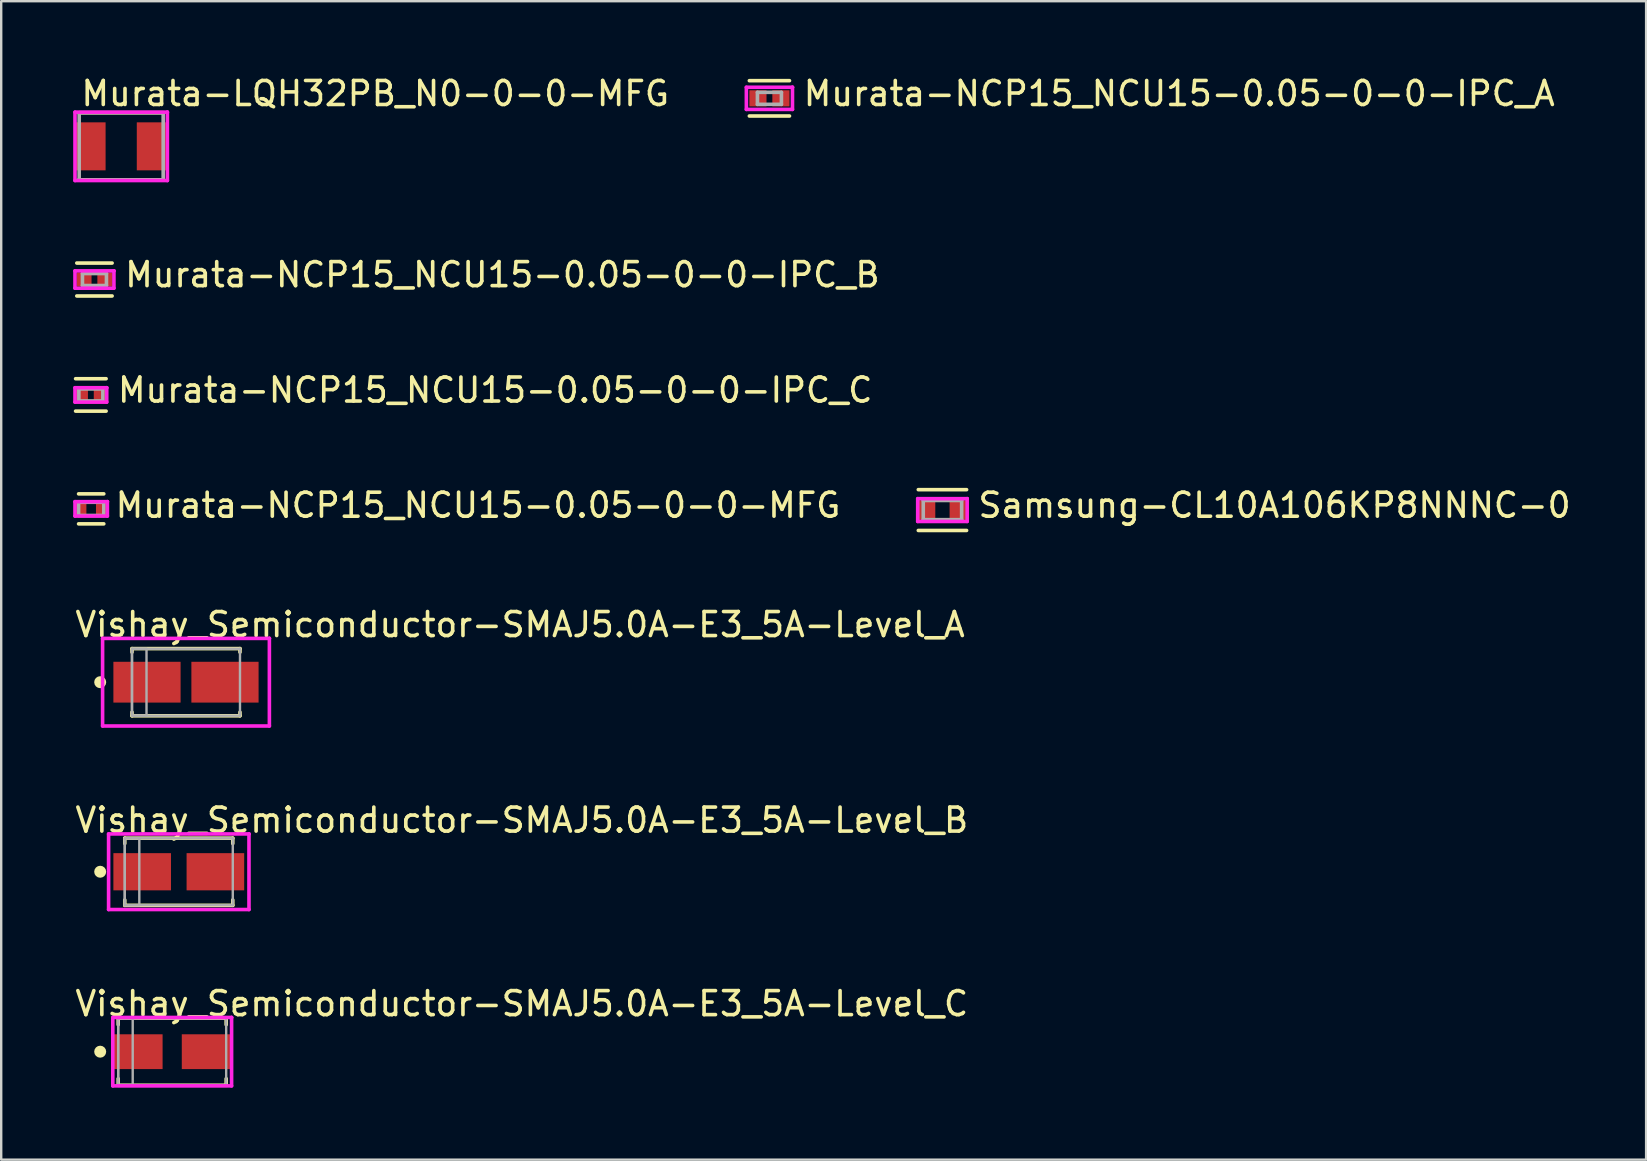
<source format=kicad_pcb>
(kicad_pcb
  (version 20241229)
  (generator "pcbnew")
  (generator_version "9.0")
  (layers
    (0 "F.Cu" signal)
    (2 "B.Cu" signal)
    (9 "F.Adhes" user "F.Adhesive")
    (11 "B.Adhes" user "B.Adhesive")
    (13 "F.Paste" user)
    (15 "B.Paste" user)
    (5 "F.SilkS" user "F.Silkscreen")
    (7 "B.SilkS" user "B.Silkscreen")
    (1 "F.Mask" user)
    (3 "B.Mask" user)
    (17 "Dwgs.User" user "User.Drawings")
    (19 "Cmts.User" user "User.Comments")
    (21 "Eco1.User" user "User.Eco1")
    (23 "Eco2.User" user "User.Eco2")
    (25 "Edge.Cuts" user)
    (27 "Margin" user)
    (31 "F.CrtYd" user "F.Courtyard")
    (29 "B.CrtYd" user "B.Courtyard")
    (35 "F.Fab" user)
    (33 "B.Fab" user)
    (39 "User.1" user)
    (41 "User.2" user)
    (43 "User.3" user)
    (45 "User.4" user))
  (footprint "Samsung-CL10A106KP8NNNC-0"
    (layer "F.Cu")
    (at 36.222 18.204)
    (property "Reference" "Samsung-CL10A106KP8NNNC-0" (at 1.406 -0.2 0) (layer "F.SilkS") (effects (font (size 1 1) (thickness 0.15)) (justify left)))
    (attr through_hole)
    (fp_line (start -1.006 -0.85) (end 1.006 -0.85) (stroke (width 0.15) (type solid)) (layer "F.SilkS"))
    (fp_line (start -1.006 0.85) (end 1.006 0.85) (stroke (width 0.15) (type solid)) (layer "F.SilkS"))
    (fp_line (start -1.031 -0.475) (end -1.031 0.475) (stroke (width 0.15) (type solid)) (layer "F.CrtYd"))
    (fp_line (start -1.031 0.475) (end 1.031 0.475) (stroke (width 0.15) (type solid)) (layer "F.CrtYd"))
    (fp_line (start 1.031 -0.475) (end -1.031 -0.475) (stroke (width 0.15) (type solid)) (layer "F.CrtYd"))
    (fp_line (start 1.031 -0.475) (end 1.031 -0.475) (stroke (width 0.15) (type solid)) (layer "F.CrtYd"))
    (fp_line (start 1.031 0.475) (end 1.031 -0.475) (stroke (width 0.15) (type solid)) (layer "F.CrtYd"))
    (fp_line (start -0.8 -0.4) (end 0.8 -0.4) (stroke (width 0.15) (type solid)) (layer "F.Fab"))
    (fp_line (start -0.8 0.4) (end -0.8 -0.4) (stroke (width 0.15) (type solid)) (layer "F.Fab"))
    (fp_line (start 0.8 -0.4) (end 0.8 0.4) (stroke (width 0.15) (type solid)) (layer "F.Fab"))
    (fp_line (start 0.8 0.4) (end -0.8 0.4) (stroke (width 0.15) (type solid)) (layer "F.Fab"))
    (pad "1" smd rect (at -0.652 0) (size 0.708 0.812) (layers "F.Cu" "F.Mask" "F.Paste"))
    (pad "2" smd rect (at 0.652 0) (size 0.708 0.812) (layers "F.Cu" "F.Mask" "F.Paste")))
  (footprint "Vishay_Semiconductor-SMAJ5.0A-E3_5A-Level_A"
    (layer "F.Cu")
    (at 4.7 25.377)
    (property "Reference" "Vishay_Semiconductor-SMAJ5.0A-E3_5A-Level_A" (at -4.7 -2.4 0) (layer "F.SilkS") (effects (font (size 1 1) (thickness 0.15)) (justify left)))
    (attr through_hole)
    (fp_line (start -2.25 -1.4) (end 2.25 -1.4) (stroke (width 0.15) (type solid)) (layer "F.SilkS"))
    (fp_line (start -2.25 -1.25) (end -2.25 -1.4) (stroke (width 0.15) (type solid)) (layer "F.SilkS"))
    (fp_line (start -2.25 1.4) (end -2.25 1.25) (stroke (width 0.15) (type solid)) (layer "F.SilkS"))
    (fp_line (start -2.25 1.4) (end 2.25 1.4) (stroke (width 0.15) (type solid)) (layer "F.SilkS"))
    (fp_line (start 2.25 -1.25) (end 2.25 -1.4) (stroke (width 0.15) (type solid)) (layer "F.SilkS"))
    (fp_line (start 2.25 1.4) (end 2.25 1.25) (stroke (width 0.15) (type solid)) (layer "F.SilkS"))
    (fp_circle (center -3.575 0) (end -3.45 0) (stroke (width 0.25) (type solid)) (fill no) (layer "F.SilkS"))
    (fp_line (start -3.475 -1.825) (end -3.475 1.825) (stroke (width 0.15) (type solid)) (layer "F.CrtYd"))
    (fp_line (start -3.475 1.825) (end 3.475 1.825) (stroke (width 0.15) (type solid)) (layer "F.CrtYd"))
    (fp_line (start 3.475 -1.825) (end -3.475 -1.825) (stroke (width 0.15) (type solid)) (layer "F.CrtYd"))
    (fp_line (start 3.475 -1.825) (end 3.475 -1.825) (stroke (width 0.15) (type solid)) (layer "F.CrtYd"))
    (fp_line (start 3.475 1.825) (end 3.475 -1.825) (stroke (width 0.15) (type solid)) (layer "F.CrtYd"))
    (fp_line (start -2.25 -1.395) (end 2.25 -1.395) (stroke (width 0.1) (type solid)) (layer "F.Fab"))
    (fp_line (start -2.25 1.395) (end -2.25 -1.395) (stroke (width 0.1) (type solid)) (layer "F.Fab"))
    (fp_line (start -2.25 1.395) (end 2.25 1.395) (stroke (width 0.1) (type solid)) (layer "F.Fab"))
    (fp_line (start 2.25 1.395) (end 2.25 -1.395) (stroke (width 0.1) (type solid)) (layer "F.Fab"))
    (fp_poly (pts (xy -2.25 -1.395) (xy -1.645 -1.395) (xy -1.645 1.395) (xy -2.25 1.395)) (stroke (width 0.1) (type solid)) (fill no) (layer "F.Fab"))
    (pad "1" smd rect (at -1.625 -0.000001 90) (size 1.7 2.8) (layers "F.Cu" "F.Mask" "F.Paste"))
    (pad "2" smd rect (at 1.625 -0.000001 90) (size 1.7 2.8) (layers "F.Cu" "F.Mask" "F.Paste")))
  (footprint "Murata-LQH32PB_N0-0-0-MFG"
    (layer "F.Cu")
    (at 2 3.048)
    (property "Reference" "Murata-LQH32PB_N0-0-0-MFG" (at -1.75 -2.2 0) (layer "F.SilkS") (effects (font (size 1 1) (thickness 0.15)) (justify left)))
    (attr through_hole)
    (fp_line (start -1.75 -1.4) (end 1.75 -1.4) (stroke (width 0.15) (type solid)) (layer "F.SilkS"))
    (fp_line (start -1.75 -1.375) (end -1.75 -1.4) (stroke (width 0.15) (type solid)) (layer "F.SilkS"))
    (fp_line (start -1.75 1.4) (end -1.75 1.375) (stroke (width 0.15) (type solid)) (layer "F.SilkS"))
    (fp_line (start -1.75 1.4) (end 1.75 1.4) (stroke (width 0.15) (type solid)) (layer "F.SilkS"))
    (fp_line (start 1.75 -1.375) (end 1.75 -1.4) (stroke (width 0.15) (type solid)) (layer "F.SilkS"))
    (fp_line (start 1.75 1.4) (end 1.75 1.375) (stroke (width 0.15) (type solid)) (layer "F.SilkS"))
    (fp_line (start -1.925 -1.425) (end -1.925 1.425) (stroke (width 0.15) (type solid)) (layer "F.CrtYd"))
    (fp_line (start -1.925 1.425) (end 1.925 1.425) (stroke (width 0.15) (type solid)) (layer "F.CrtYd"))
    (fp_line (start 1.925 -1.425) (end -1.925 -1.425) (stroke (width 0.15) (type solid)) (layer "F.CrtYd"))
    (fp_line (start 1.925 -1.425) (end 1.925 -1.425) (stroke (width 0.15) (type solid)) (layer "F.CrtYd"))
    (fp_line (start 1.925 1.425) (end 1.925 -1.425) (stroke (width 0.15) (type solid)) (layer "F.CrtYd"))
    (fp_line (start -1.75 -1.4) (end 1.75 -1.4) (stroke (width 0.15) (type solid)) (layer "F.Fab"))
    (fp_line (start -1.75 1.4) (end -1.75 -1.4) (stroke (width 0.15) (type solid)) (layer "F.Fab"))
    (fp_line (start 1.75 -1.4) (end 1.75 1.4) (stroke (width 0.15) (type solid)) (layer "F.Fab"))
    (fp_line (start 1.75 1.4) (end -1.75 1.4) (stroke (width 0.15) (type solid)) (layer "F.Fab"))
    (pad "1" smd rect (at -1.275 0) (size 1.25 2) (layers "F.Cu" "F.Mask" "F.Paste"))
    (pad "2" smd rect (at 1.275 0) (size 1.25 2) (layers "F.Cu" "F.Mask" "F.Paste")))
  (footprint "Murata-NCP15_NCU15-0.05-0-0-MFG"
    (layer "F.Cu")
    (at 0.75 18.154)
    (property "Reference" "Murata-NCP15_NCU15-0.05-0-0-MFG" (at 0.925 -0.15 0) (layer "F.SilkS") (effects (font (size 1 1) (thickness 0.15)) (justify left)))
    (attr through_hole)
    (fp_line (start -0.525 -0.625) (end 0.525 -0.625) (stroke (width 0.15) (type solid)) (layer "F.SilkS"))
    (fp_line (start -0.525 0.625) (end 0.525 0.625) (stroke (width 0.15) (type solid)) (layer "F.SilkS"))
    (fp_line (start -0.675 -0.3) (end -0.675 0.3) (stroke (width 0.15) (type solid)) (layer "F.CrtYd"))
    (fp_line (start -0.675 0.3) (end 0.675 0.3) (stroke (width 0.15) (type solid)) (layer "F.CrtYd"))
    (fp_line (start 0.675 -0.3) (end -0.675 -0.3) (stroke (width 0.15) (type solid)) (layer "F.CrtYd"))
    (fp_line (start 0.675 -0.3) (end 0.675 -0.3) (stroke (width 0.15) (type solid)) (layer "F.CrtYd"))
    (fp_line (start 0.675 0.3) (end 0.675 -0.3) (stroke (width 0.15) (type solid)) (layer "F.CrtYd"))
    (fp_line (start -0.525 -0.275) (end 0.525 -0.275) (stroke (width 0.15) (type solid)) (layer "F.Fab"))
    (fp_line (start -0.525 0.275) (end -0.525 -0.275) (stroke (width 0.15) (type solid)) (layer "F.Fab"))
    (fp_line (start 0.525 -0.275) (end 0.525 0.275) (stroke (width 0.15) (type solid)) (layer "F.Fab"))
    (fp_line (start 0.525 0.275) (end -0.525 0.275) (stroke (width 0.15) (type solid)) (layer "F.Fab"))
    (pad "1" smd rect (at -0.425 0) (size 0.45 0.5) (layers "F.Cu" "F.Mask" "F.Paste"))
    (pad "2" smd rect (at 0.425 0) (size 0.45 0.5) (layers "F.Cu" "F.Mask" "F.Paste")))
  (footprint "Murata-NCP15_NCU15-0.05-0-0-IPC_C"
    (layer "F.Cu")
    (at 0.736 13.406)
    (property "Reference" "Murata-NCP15_NCU15-0.05-0-0-IPC_C" (at 1.036 -0.2 0) (layer "F.SilkS") (effects (font (size 1 1) (thickness 0.15)) (justify left)))
    (attr through_hole)
    (fp_line (start -0.636 -0.675) (end 0.636 -0.675) (stroke (width 0.15) (type solid)) (layer "F.SilkS"))
    (fp_line (start -0.636 0.675) (end 0.636 0.675) (stroke (width 0.15) (type solid)) (layer "F.SilkS"))
    (fp_line (start -0.661 -0.3) (end -0.661 0.3) (stroke (width 0.15) (type solid)) (layer "F.CrtYd"))
    (fp_line (start -0.661 0.3) (end 0.661 0.3) (stroke (width 0.15) (type solid)) (layer "F.CrtYd"))
    (fp_line (start 0.661 -0.3) (end -0.661 -0.3) (stroke (width 0.15) (type solid)) (layer "F.CrtYd"))
    (fp_line (start 0.661 -0.3) (end 0.661 -0.3) (stroke (width 0.15) (type solid)) (layer "F.CrtYd"))
    (fp_line (start 0.661 0.3) (end 0.661 -0.3) (stroke (width 0.15) (type solid)) (layer "F.CrtYd"))
    (fp_line (start -0.5 -0.25) (end 0.5 -0.25) (stroke (width 0.15) (type solid)) (layer "F.Fab"))
    (fp_line (start -0.5 0.25) (end -0.5 -0.25) (stroke (width 0.15) (type solid)) (layer "F.Fab"))
    (fp_line (start 0.5 -0.25) (end 0.5 0.25) (stroke (width 0.15) (type solid)) (layer "F.Fab"))
    (fp_line (start 0.5 0.25) (end -0.5 0.25) (stroke (width 0.15) (type solid)) (layer "F.Fab"))
    (pad "1" smd rect (at -0.379 0) (size 0.515 0.472) (layers "F.Cu" "F.Mask" "F.Paste"))
    (pad "2" smd rect (at 0.379 0) (size 0.515 0.472) (layers "F.Cu" "F.Mask" "F.Paste")))
  (footprint "Vishay_Semiconductor-SMAJ5.0A-E3_5A-Level_B"
    (layer "F.Cu")
    (at 4.4 33.276)
    (property "Reference" "Vishay_Semiconductor-SMAJ5.0A-E3_5A-Level_B" (at -4.4 -2.15 0) (layer "F.SilkS") (effects (font (size 1 1) (thickness 0.15)) (justify left)))
    (attr through_hole)
    (fp_line (start -2.25 -1.4) (end 2.25 -1.4) (stroke (width 0.15) (type solid)) (layer "F.SilkS"))
    (fp_line (start -2.25 -1.175) (end -2.25 -1.4) (stroke (width 0.15) (type solid)) (layer "F.SilkS"))
    (fp_line (start -2.25 1.4) (end -2.25 1.175) (stroke (width 0.15) (type solid)) (layer "F.SilkS"))
    (fp_line (start -2.25 1.4) (end 2.25 1.4) (stroke (width 0.15) (type solid)) (layer "F.SilkS"))
    (fp_line (start 2.25 -1.175) (end 2.25 -1.4) (stroke (width 0.15) (type solid)) (layer "F.SilkS"))
    (fp_line (start 2.25 1.4) (end 2.25 1.175) (stroke (width 0.15) (type solid)) (layer "F.SilkS"))
    (fp_circle (center -3.275 0) (end -3.15 0) (stroke (width 0.25) (type solid)) (fill no) (layer "F.SilkS"))
    (fp_line (start -2.925 -1.575) (end -2.925 1.575) (stroke (width 0.15) (type solid)) (layer "F.CrtYd"))
    (fp_line (start -2.925 1.575) (end 2.925 1.575) (stroke (width 0.15) (type solid)) (layer "F.CrtYd"))
    (fp_line (start 2.925 -1.575) (end -2.925 -1.575) (stroke (width 0.15) (type solid)) (layer "F.CrtYd"))
    (fp_line (start 2.925 -1.575) (end 2.925 -1.575) (stroke (width 0.15) (type solid)) (layer "F.CrtYd"))
    (fp_line (start 2.925 1.575) (end 2.925 -1.575) (stroke (width 0.15) (type solid)) (layer "F.CrtYd"))
    (fp_line (start -2.25 -1.395) (end 2.25 -1.395) (stroke (width 0.1) (type solid)) (layer "F.Fab"))
    (fp_line (start -2.25 1.395) (end -2.25 -1.395) (stroke (width 0.1) (type solid)) (layer "F.Fab"))
    (fp_line (start -2.25 1.395) (end 2.25 1.395) (stroke (width 0.1) (type solid)) (layer "F.Fab"))
    (fp_line (start 2.25 1.395) (end 2.25 -1.395) (stroke (width 0.1) (type solid)) (layer "F.Fab"))
    (fp_poly (pts (xy -2.25 -1.395) (xy -1.645 -1.395) (xy -1.645 1.395) (xy -2.25 1.395)) (stroke (width 0.1) (type solid)) (fill no) (layer "F.Fab"))
    (pad "1" smd rect (at -1.525 -0.000001 90) (size 1.55 2.4) (layers "F.Cu" "F.Mask" "F.Paste"))
    (pad "2" smd rect (at 1.525 -0.000001 90) (size 1.55 2.4) (layers "F.Cu" "F.Mask" "F.Paste")))
  (footprint "Murata-NCP15_NCU15-0.05-0-0-IPC_B"
    (layer "F.Cu")
    (at 0.886 8.597)
    (property "Reference" "Murata-NCP15_NCU15-0.05-0-0-IPC_B" (at 1.186 -0.2 0) (layer "F.SilkS") (effects (font (size 1 1) (thickness 0.15)) (justify left)))
    (attr through_hole)
    (fp_line (start -0.736 -0.686) (end 0.736 -0.686) (stroke (width 0.15) (type solid)) (layer "F.SilkS"))
    (fp_line (start -0.736 0.686) (end 0.736 0.686) (stroke (width 0.15) (type solid)) (layer "F.SilkS"))
    (fp_line (start -0.811 -0.361) (end -0.811 0.361) (stroke (width 0.15) (type solid)) (layer "F.CrtYd"))
    (fp_line (start -0.811 0.361) (end 0.811 0.361) (stroke (width 0.15) (type solid)) (layer "F.CrtYd"))
    (fp_line (start 0.811 -0.361) (end -0.811 -0.361) (stroke (width 0.15) (type solid)) (layer "F.CrtYd"))
    (fp_line (start 0.811 -0.361) (end 0.811 -0.361) (stroke (width 0.15) (type solid)) (layer "F.CrtYd"))
    (fp_line (start 0.811 0.361) (end 0.811 -0.361) (stroke (width 0.15) (type solid)) (layer "F.CrtYd"))
    (fp_line (start -0.5 -0.25) (end 0.5 -0.25) (stroke (width 0.15) (type solid)) (layer "F.Fab"))
    (fp_line (start -0.5 0.25) (end -0.5 -0.25) (stroke (width 0.15) (type solid)) (layer "F.Fab"))
    (fp_line (start 0.5 -0.25) (end 0.5 0.25) (stroke (width 0.15) (type solid)) (layer "F.Fab"))
    (fp_line (start 0.5 0.25) (end -0.5 0.25) (stroke (width 0.15) (type solid)) (layer "F.Fab"))
    (pad "1" smd rect (at -0.429 0) (size 0.615 0.572) (layers "F.Cu" "F.Mask" "F.Paste"))
    (pad "2" smd rect (at 0.429 0) (size 0.615 0.572) (layers "F.Cu" "F.Mask" "F.Paste")))
  (footprint "Murata-NCP15_NCU15-0.05-0-0-IPC_A"
    (layer "F.Cu")
    (at 29.012 1.048)
    (property "Reference" "Murata-NCP15_NCU15-0.05-0-0-IPC_A" (at 1.336 -0.2 0) (layer "F.SilkS") (effects (font (size 1 1) (thickness 0.15)) (justify left)))
    (attr through_hole)
    (fp_line (start -0.836 -0.736) (end 0.836 -0.736) (stroke (width 0.15) (type solid)) (layer "F.SilkS"))
    (fp_line (start -0.836 0.736) (end 0.836 0.736) (stroke (width 0.15) (type solid)) (layer "F.SilkS"))
    (fp_line (start -0.961 -0.461) (end -0.961 0.461) (stroke (width 0.15) (type solid)) (layer "F.CrtYd"))
    (fp_line (start -0.961 0.461) (end 0.961 0.461) (stroke (width 0.15) (type solid)) (layer "F.CrtYd"))
    (fp_line (start 0.961 -0.461) (end -0.961 -0.461) (stroke (width 0.15) (type solid)) (layer "F.CrtYd"))
    (fp_line (start 0.961 -0.461) (end 0.961 -0.461) (stroke (width 0.15) (type solid)) (layer "F.CrtYd"))
    (fp_line (start 0.961 0.461) (end 0.961 -0.461) (stroke (width 0.15) (type solid)) (layer "F.CrtYd"))
    (fp_line (start -0.5 -0.25) (end 0.5 -0.25) (stroke (width 0.15) (type solid)) (layer "F.Fab"))
    (fp_line (start -0.5 0.25) (end -0.5 -0.25) (stroke (width 0.15) (type solid)) (layer "F.Fab"))
    (fp_line (start 0.5 -0.25) (end 0.5 0.25) (stroke (width 0.15) (type solid)) (layer "F.Fab"))
    (fp_line (start 0.5 0.25) (end -0.5 0.25) (stroke (width 0.15) (type solid)) (layer "F.Fab"))
    (pad "1" smd rect (at -0.479 0) (size 0.715 0.672) (layers "F.Cu" "F.Mask" "F.Paste"))
    (pad "2" smd rect (at 0.479 0) (size 0.715 0.672) (layers "F.Cu" "F.Mask" "F.Paste")))
  (footprint "Vishay_Semiconductor-SMAJ5.0A-E3_5A-Level_C"
    (layer "F.Cu")
    (at 4.125 40.774)
    (property "Reference" "Vishay_Semiconductor-SMAJ5.0A-E3_5A-Level_C" (at -4.125 -2 0) (layer "F.SilkS") (effects (font (size 1 1) (thickness 0.15)) (justify left)))
    (attr through_hole)
    (fp_line (start -2.25 -1.4) (end 2.25 -1.4) (stroke (width 0.15) (type solid)) (layer "F.SilkS"))
    (fp_line (start -2.25 -1.125) (end -2.25 -1.4) (stroke (width 0.15) (type solid)) (layer "F.SilkS"))
    (fp_line (start -2.25 1.4) (end -2.25 1.125) (stroke (width 0.15) (type solid)) (layer "F.SilkS"))
    (fp_line (start -2.25 1.4) (end 2.25 1.4) (stroke (width 0.15) (type solid)) (layer "F.SilkS"))
    (fp_line (start 2.25 -1.125) (end 2.25 -1.4) (stroke (width 0.15) (type solid)) (layer "F.SilkS"))
    (fp_line (start 2.25 1.4) (end 2.25 1.125) (stroke (width 0.15) (type solid)) (layer "F.SilkS"))
    (fp_circle (center -3 0) (end -2.875 0) (stroke (width 0.25) (type solid)) (fill no) (layer "F.SilkS"))
    (fp_line (start -2.475 -1.425) (end -2.475 1.425) (stroke (width 0.15) (type solid)) (layer "F.CrtYd"))
    (fp_line (start -2.475 1.425) (end 2.475 1.425) (stroke (width 0.15) (type solid)) (layer "F.CrtYd"))
    (fp_line (start 2.475 -1.425) (end -2.475 -1.425) (stroke (width 0.15) (type solid)) (layer "F.CrtYd"))
    (fp_line (start 2.475 -1.425) (end 2.475 -1.425) (stroke (width 0.15) (type solid)) (layer "F.CrtYd"))
    (fp_line (start 2.475 1.425) (end 2.475 -1.425) (stroke (width 0.15) (type solid)) (layer "F.CrtYd"))
    (fp_line (start -2.25 -1.395) (end 2.25 -1.395) (stroke (width 0.1) (type solid)) (layer "F.Fab"))
    (fp_line (start -2.25 1.395) (end -2.25 -1.395) (stroke (width 0.1) (type solid)) (layer "F.Fab"))
    (fp_line (start -2.25 1.395) (end 2.25 1.395) (stroke (width 0.1) (type solid)) (layer "F.Fab"))
    (fp_line (start 2.25 1.395) (end 2.25 -1.395) (stroke (width 0.1) (type solid)) (layer "F.Fab"))
    (fp_poly (pts (xy -2.25 -1.395) (xy -1.645 -1.395) (xy -1.645 1.395) (xy -2.25 1.395)) (stroke (width 0.1) (type solid)) (fill no) (layer "F.Fab"))
    (pad "1" smd rect (at -1.425 0 90) (size 1.45 2.05) (layers "F.Cu" "F.Mask" "F.Paste"))
    (pad "2" smd rect (at 1.425 0 90) (size 1.45 2.05) (layers "F.Cu" "F.Mask" "F.Paste")))
  (gr_rect
    (start -3 -3)
    (end 65.544 45.274)
    (stroke (width 0.1) (type default))
    (fill no)
    (layer "Edge.Cuts")))
</source>
